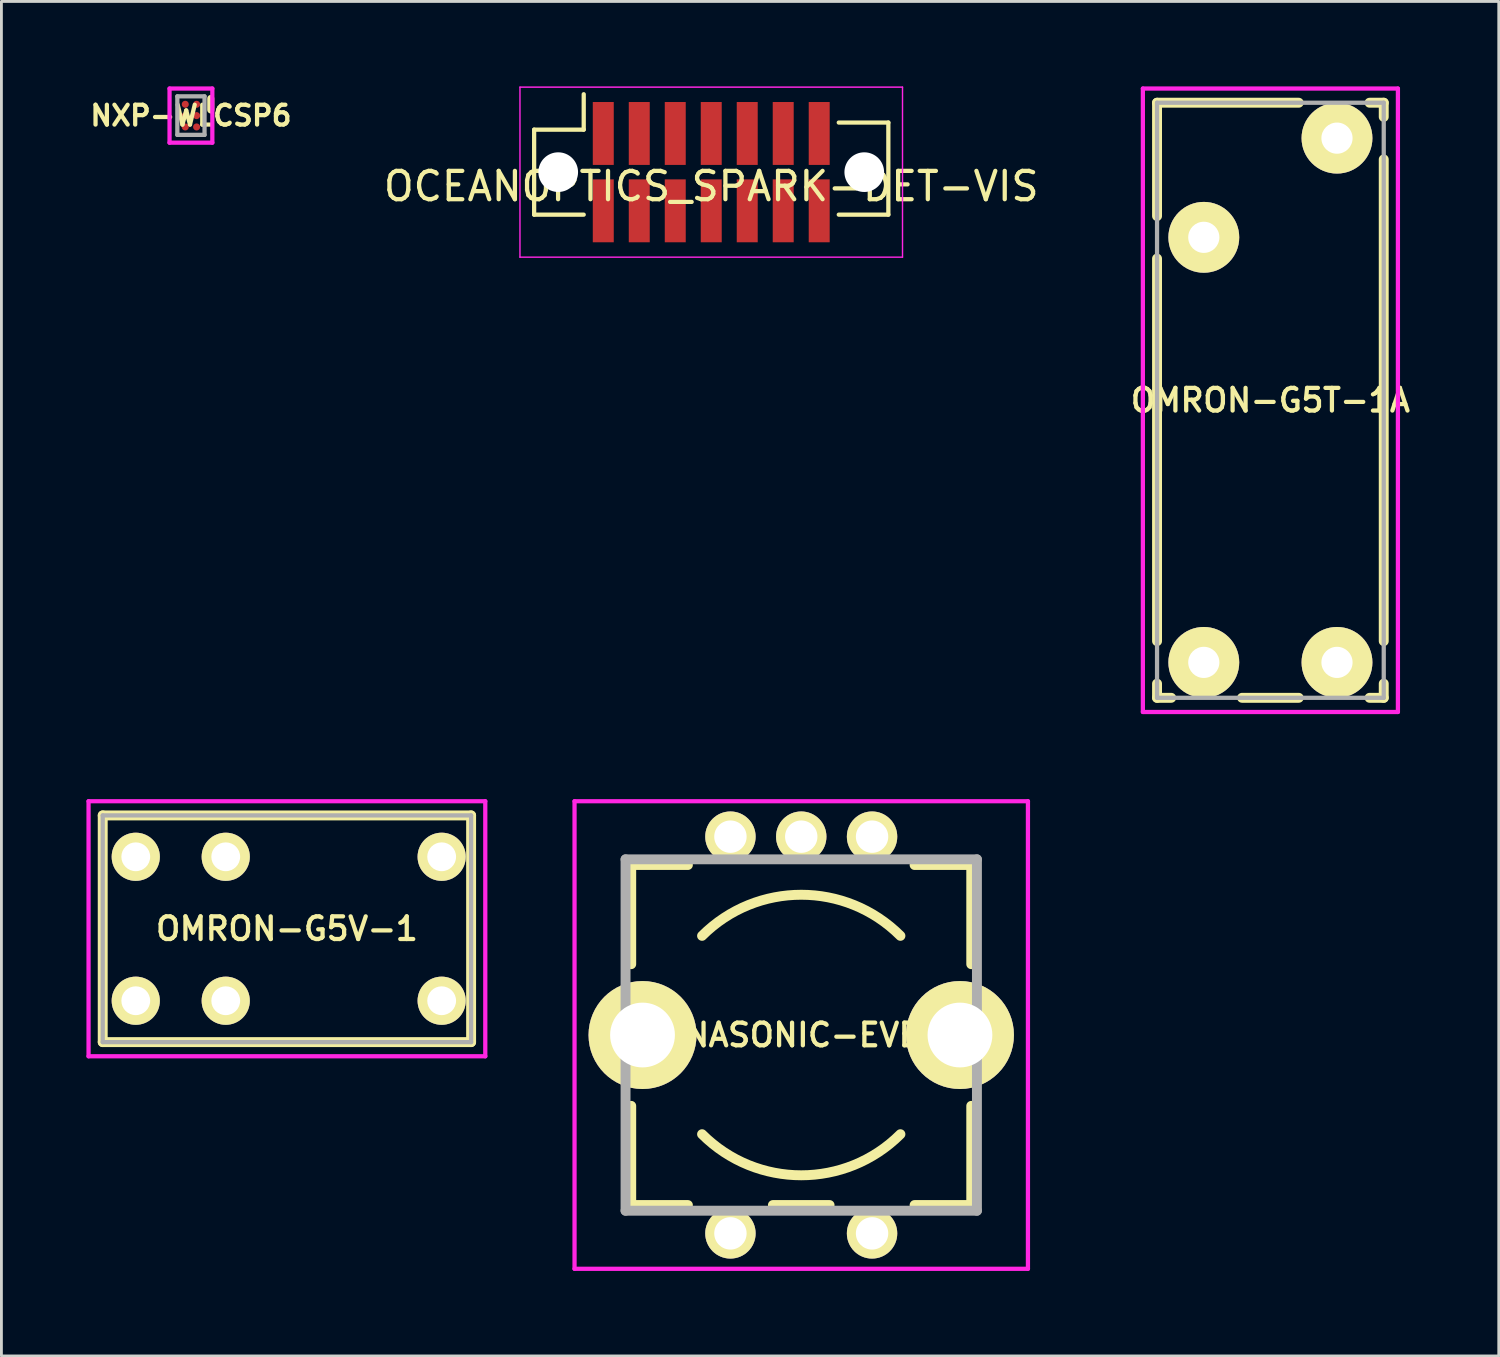
<source format=kicad_pcb>
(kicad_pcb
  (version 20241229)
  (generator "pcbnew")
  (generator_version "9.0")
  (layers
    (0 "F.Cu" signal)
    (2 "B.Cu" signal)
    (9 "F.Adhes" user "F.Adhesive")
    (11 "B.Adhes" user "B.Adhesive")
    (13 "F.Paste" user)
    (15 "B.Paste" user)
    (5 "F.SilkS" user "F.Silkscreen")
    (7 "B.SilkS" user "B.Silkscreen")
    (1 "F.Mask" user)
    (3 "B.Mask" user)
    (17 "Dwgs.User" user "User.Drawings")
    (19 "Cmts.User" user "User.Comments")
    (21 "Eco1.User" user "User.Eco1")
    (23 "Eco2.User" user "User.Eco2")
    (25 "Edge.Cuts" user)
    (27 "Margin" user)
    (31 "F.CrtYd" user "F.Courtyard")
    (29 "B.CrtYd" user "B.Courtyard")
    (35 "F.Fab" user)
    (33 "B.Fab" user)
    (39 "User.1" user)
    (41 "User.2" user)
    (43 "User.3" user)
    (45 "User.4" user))
  (footprint "OMRON-G5T-1A"
    (layer "F.Cu")
    (at 41.781 11.075)
    (property "Reference" "OMRON-G5T-1A" (at 0 0 0) (layer "F.SilkS") (effects (font (size 0.8 0.8) (thickness 0.15))))
    (attr through_hole)
    (fp_line (start -4 -10.5) (end 1 -10.5) (stroke (width 0.35) (type solid)) (layer "F.SilkS"))
    (fp_line (start -4 -6.5) (end -4 -10.5) (stroke (width 0.35) (type solid)) (layer "F.SilkS"))
    (fp_line (start -4 8.5) (end -4 -5) (stroke (width 0.35) (type solid)) (layer "F.SilkS"))
    (fp_line (start -4 10.5) (end -4 10) (stroke (width 0.35) (type solid)) (layer "F.SilkS"))
    (fp_line (start -3.5 10.5) (end -4 10.5) (stroke (width 0.35) (type solid)) (layer "F.SilkS"))
    (fp_line (start 1 10.5) (end -1 10.5) (stroke (width 0.35) (type solid)) (layer "F.SilkS"))
    (fp_line (start 3.5 -10.5) (end 4 -10.5) (stroke (width 0.35) (type solid)) (layer "F.SilkS"))
    (fp_line (start 4 -10.5) (end 4 -10) (stroke (width 0.35) (type solid)) (layer "F.SilkS"))
    (fp_line (start 4 -8.5) (end 4 8.5) (stroke (width 0.35) (type solid)) (layer "F.SilkS"))
    (fp_line (start 4 10) (end 4 10.5) (stroke (width 0.35) (type solid)) (layer "F.SilkS"))
    (fp_line (start 4 10.5) (end 3.5 10.5) (stroke (width 0.35) (type solid)) (layer "F.SilkS"))
    (fp_line (start -4.5 -11) (end 4.5 -11) (stroke (width 0.15) (type solid)) (layer "F.CrtYd"))
    (fp_line (start -4.5 11) (end -4.5 -11) (stroke (width 0.15) (type solid)) (layer "F.CrtYd"))
    (fp_line (start 4.5 -11) (end 4.5 11) (stroke (width 0.15) (type solid)) (layer "F.CrtYd"))
    (fp_line (start 4.5 11) (end -4.5 11) (stroke (width 0.15) (type solid)) (layer "F.CrtYd"))
    (fp_line (start -4 -10.5) (end 4 -10.5) (stroke (width 0.15) (type solid)) (layer "F.Fab"))
    (fp_line (start -4 10.5) (end -4 -10.5) (stroke (width 0.15) (type solid)) (layer "F.Fab"))
    (fp_line (start 4 -10.5) (end 4 10.5) (stroke (width 0.15) (type solid)) (layer "F.Fab"))
    (fp_line (start 4 10.5) (end -4 10.5) (stroke (width 0.15) (type solid)) (layer "F.Fab"))
    (pad "C1" thru_hole circle (at -2.35 9.25) (size 2.5 2.5) (drill 1.1) (layers "*.Cu" "*.Mask" "F.SilkS"))
    (pad "C2" thru_hole circle (at 2.35 9.25) (size 2.5 2.5) (drill 1.1) (layers "*.Cu" "*.Mask" "F.SilkS"))
    (pad "P1A" thru_hole circle (at 2.35 -9.25) (size 2.5 2.5) (drill 1.1) (layers "*.Cu" "*.Mask" "F.SilkS"))
    (pad "P1B" thru_hole circle (at -2.35 -5.75) (size 2.5 2.5) (drill 1.1) (layers "*.Cu" "*.Mask" "F.SilkS")))
  (footprint "NXP-WLCSP6"
    (layer "F.Cu")
    (at 3.688 1.03)
    (property "Reference" "NXP-WLCSP6" (at 0 0 0) (layer "F.SilkS") (effects (font (size 0.7 0.7) (thickness 0.15))))
    (attr smd)
    (fp_line (start 0.7 -0.605) (end 0.7 -0.2) (stroke (width 0.25) (type solid)) (layer "F.SilkS"))
    (fp_line (start -0.755 -0.955) (end 0.755 -0.955) (stroke (width 0.15) (type solid)) (layer "F.CrtYd"))
    (fp_line (start -0.755 0.955) (end -0.755 -0.955) (stroke (width 0.15) (type solid)) (layer "F.CrtYd"))
    (fp_line (start 0.755 -0.955) (end 0.755 0.955) (stroke (width 0.15) (type solid)) (layer "F.CrtYd"))
    (fp_line (start 0.755 0.955) (end -0.755 0.955) (stroke (width 0.15) (type solid)) (layer "F.CrtYd"))
    (fp_line (start -0.48 -0.68) (end 0.48 -0.68) (stroke (width 0.15) (type solid)) (layer "F.Fab"))
    (fp_line (start -0.48 0.68) (end -0.48 -0.68) (stroke (width 0.15) (type solid)) (layer "F.Fab"))
    (fp_line (start 0.48 -0.68) (end 0.48 0.68) (stroke (width 0.15) (type solid)) (layer "F.Fab"))
    (fp_line (start 0.48 0.68) (end -0.48 0.68) (stroke (width 0.15) (type solid)) (layer "F.Fab"))
    (pad "A1" smd circle (at 0.2 -0.4) (size 0.25 0.25) (layers "F.Cu" "F.Mask" "F.Paste"))
    (pad "A2" smd circle (at -0.2 -0.4) (size 0.25 0.25) (layers "F.Cu" "F.Mask" "F.Paste"))
    (pad "B1" smd circle (at 0.2 0) (size 0.25 0.25) (layers "F.Cu" "F.Mask" "F.Paste"))
    (pad "B2" smd circle (at -0.2 0) (size 0.25 0.25) (layers "F.Cu" "F.Mask" "F.Paste"))
    (pad "C1" smd circle (at 0.2 0.4) (size 0.25 0.25) (layers "F.Cu" "F.Mask" "F.Paste"))
    (pad "C2" smd circle (at -0.2 0.4) (size 0.25 0.25) (layers "F.Cu" "F.Mask" "F.Paste")))
  (footprint "OCEANOPTICS_SPARK-DET-VIS"
    (layer "F.Cu")
    (at 22.049 3.025)
    (property "Reference" "OCEANOPTICS_SPARK-DET-VIS" (at 0 0.5 0) (layer "F.SilkS") (effects (font (size 1 1) (thickness 0.15))))
    (attr through_hole)
    (fp_line (start -6.25 -1.5) (end -6.25 1.5) (stroke (width 0.15) (type solid)) (layer "F.SilkS"))
    (fp_line (start -6.25 -1.5) (end -4.5 -1.5) (stroke (width 0.15) (type solid)) (layer "F.SilkS"))
    (fp_line (start -6.25 1.5) (end -4.5 1.5) (stroke (width 0.15) (type solid)) (layer "F.SilkS"))
    (fp_line (start -4.5 -1.5) (end -4.5 -2.75) (stroke (width 0.15) (type solid)) (layer "F.SilkS"))
    (fp_line (start 4.5 -1.75) (end 6.25 -1.75) (stroke (width 0.15) (type solid)) (layer "F.SilkS"))
    (fp_line (start 6.25 -1.75) (end 6.25 1.5) (stroke (width 0.15) (type solid)) (layer "F.SilkS"))
    (fp_line (start 6.25 1.5) (end 4.5 1.5) (stroke (width 0.15) (type solid)) (layer "F.SilkS"))
    (fp_line (start -6.75 -3) (end 6.75 -3) (stroke (width 0.05) (type solid)) (layer "F.CrtYd"))
    (fp_line (start -6.75 3) (end -6.75 -3) (stroke (width 0.05) (type solid)) (layer "F.CrtYd"))
    (fp_line (start 6.75 -3) (end 6.75 3) (stroke (width 0.05) (type solid)) (layer "F.CrtYd"))
    (fp_line (start 6.75 3) (end -6.75 3) (stroke (width 0.05) (type solid)) (layer "F.CrtYd"))
    (pad "" np_thru_hole circle (at -5.4 0) (size 1.4 1.4) (drill 1.4) (layers "*.Cu" "*.Mask"))
    (pad "" np_thru_hole circle (at 5.4 0) (size 1.4 1.4) (drill 1.4) (layers "*.Cu" "*.Mask"))
    (pad "1" smd rect (at -3.81 -1.365) (size 0.74 2.22) (layers "F.Cu" "F.Mask" "F.Paste"))
    (pad "2" smd rect (at -3.81 1.365) (size 0.74 2.22) (layers "F.Cu" "F.Mask" "F.Paste"))
    (pad "3" smd rect (at -2.54 -1.365) (size 0.74 2.22) (layers "F.Cu" "F.Mask" "F.Paste"))
    (pad "4" smd rect (at -2.54 1.365) (size 0.74 2.22) (layers "F.Cu" "F.Mask" "F.Paste"))
    (pad "5" smd rect (at -1.27 -1.365) (size 0.74 2.22) (layers "F.Cu" "F.Mask" "F.Paste"))
    (pad "6" smd rect (at -1.27 1.365) (size 0.74 2.22) (layers "F.Cu" "F.Mask" "F.Paste"))
    (pad "7" smd rect (at 0 -1.365) (size 0.74 2.22) (layers "F.Cu" "F.Mask" "F.Paste"))
    (pad "8" smd rect (at 0 1.365) (size 0.74 2.22) (layers "F.Cu" "F.Mask" "F.Paste"))
    (pad "9" smd rect (at 1.27 -1.365) (size 0.74 2.22) (layers "F.Cu" "F.Mask" "F.Paste"))
    (pad "10" smd rect (at 1.27 1.365) (size 0.74 2.22) (layers "F.Cu" "F.Mask" "F.Paste"))
    (pad "11" smd rect (at 2.54 -1.365) (size 0.74 2.22) (layers "F.Cu" "F.Mask" "F.Paste"))
    (pad "12" smd rect (at 2.54 1.365) (size 0.74 2.22) (layers "F.Cu" "F.Mask" "F.Paste"))
    (pad "13" smd rect (at 3.81 -1.365) (size 0.74 2.22) (layers "F.Cu" "F.Mask" "F.Paste"))
    (pad "14" smd rect (at 3.81 1.365) (size 0.74 2.22) (layers "F.Cu" "F.Mask" "F.Paste")))
  (footprint "PANASONIC-EVEJB"
    (layer "F.Cu")
    (at 25.225 33.475)
    (property "Reference" "PANASONIC-EVEJB" (at 0 0 0) (layer "F.SilkS") (effects (font (size 0.8 0.8) (thickness 0.15))))
    (attr through_hole)
    (fp_line (start -6 -6) (end -6 -2.5) (stroke (width 0.35) (type solid)) (layer "F.SilkS"))
    (fp_line (start -6 2.5) (end -6 6) (stroke (width 0.35) (type solid)) (layer "F.SilkS"))
    (fp_line (start -6 6) (end -4 6) (stroke (width 0.35) (type solid)) (layer "F.SilkS"))
    (fp_line (start -4 -6) (end -6 -6) (stroke (width 0.35) (type solid)) (layer "F.SilkS"))
    (fp_line (start -1 6) (end 1 6) (stroke (width 0.35) (type solid)) (layer "F.SilkS"))
    (fp_line (start 4 6) (end 6 6) (stroke (width 0.35) (type solid)) (layer "F.SilkS"))
    (fp_line (start 6 -6) (end 4 -6) (stroke (width 0.35) (type solid)) (layer "F.SilkS"))
    (fp_line (start 6 -2.5) (end 6 -6) (stroke (width 0.35) (type solid)) (layer "F.SilkS"))
    (fp_line (start 6 6) (end 6 2.5) (stroke (width 0.35) (type solid)) (layer "F.SilkS"))
    (fp_arc (start -3.5 -3.5) (mid 0 -4.949747) (end 3.5 -3.5) (stroke (width 0.35) (type solid)) (layer "F.SilkS"))
    (fp_arc (start 3.5 3.5) (mid 0 4.949747) (end -3.5 3.5) (stroke (width 0.35) (type solid)) (layer "F.SilkS"))
    (fp_line (start -8 -8.25) (end 8 -8.25) (stroke (width 0.15) (type solid)) (layer "F.CrtYd"))
    (fp_line (start -8 8.25) (end -8 -8.25) (stroke (width 0.15) (type solid)) (layer "F.CrtYd"))
    (fp_line (start 8 -8.25) (end 8 8.25) (stroke (width 0.15) (type solid)) (layer "F.CrtYd"))
    (fp_line (start 8 8.25) (end -8 8.25) (stroke (width 0.15) (type solid)) (layer "F.CrtYd"))
    (fp_line (start -6.2 -6.2) (end 6.2 -6.2) (stroke (width 0.35) (type solid)) (layer "F.Fab"))
    (fp_line (start -6.2 6.2) (end -6.2 -6.2) (stroke (width 0.35) (type solid)) (layer "F.Fab"))
    (fp_line (start 6.2 -6.2) (end 6.2 6.2) (stroke (width 0.35) (type solid)) (layer "F.Fab"))
    (fp_line (start 6.2 6.2) (end -6.2 6.2) (stroke (width 0.35) (type solid)) (layer "F.Fab"))
    (pad "" np_thru_hole circle (at -5.601 0) (size 3.81 3.81) (drill 2.286) (layers "*.Cu" "*.Mask" "F.SilkS"))
    (pad "" np_thru_hole circle (at 5.601 0) (size 3.81 3.81) (drill 2.286) (layers "*.Cu" "*.Mask" "F.SilkS"))
    (pad "1" thru_hole circle (at -2.499 -7) (size 1.778 1.778) (drill 1.143) (layers "*.Cu" "*.Mask" "F.SilkS"))
    (pad "2" thru_hole circle (at 0 -7) (size 1.778 1.778) (drill 1.143) (layers "*.Cu" "*.Mask" "F.SilkS"))
    (pad "3" thru_hole circle (at 2.499 -7) (size 1.778 1.778) (drill 1.143) (layers "*.Cu" "*.Mask" "F.SilkS"))
    (pad "4" thru_hole circle (at -2.499 7) (size 1.778 1.778) (drill 1.143) (layers "*.Cu" "*.Mask" "F.SilkS"))
    (pad "5" thru_hole circle (at 2.499 7) (size 1.778 1.778) (drill 1.143) (layers "*.Cu" "*.Mask" "F.SilkS")))
  (footprint "OMRON-G5V-1"
    (layer "F.Cu")
    (at 7.075 29.725)
    (property "Reference" "OMRON-G5V-1" (at 0 0 0) (layer "F.SilkS") (effects (font (size 0.8 0.8) (thickness 0.15))))
    (attr through_hole)
    (fp_line (start -6.5 -4) (end -6.5 4) (stroke (width 0.35) (type solid)) (layer "F.SilkS"))
    (fp_line (start -6.5 4) (end 6.5 4) (stroke (width 0.35) (type solid)) (layer "F.SilkS"))
    (fp_line (start 6.5 -4) (end -6.5 -4) (stroke (width 0.35) (type solid)) (layer "F.SilkS"))
    (fp_line (start 6.5 4) (end 6.5 -4) (stroke (width 0.35) (type solid)) (layer "F.SilkS"))
    (fp_line (start -7 -4.5) (end 7 -4.5) (stroke (width 0.15) (type solid)) (layer "F.CrtYd"))
    (fp_line (start -7 4.5) (end -7 -4.5) (stroke (width 0.15) (type solid)) (layer "F.CrtYd"))
    (fp_line (start 7 -4.5) (end 7 4.5) (stroke (width 0.15) (type solid)) (layer "F.CrtYd"))
    (fp_line (start 7 4.5) (end -7 4.5) (stroke (width 0.15) (type solid)) (layer "F.CrtYd"))
    (fp_line (start -6.5 -4) (end 6.5 -4) (stroke (width 0.15) (type solid)) (layer "F.Fab"))
    (fp_line (start -6.5 4) (end -6.5 -4) (stroke (width 0.15) (type solid)) (layer "F.Fab"))
    (fp_line (start 6.5 -4) (end 6.5 4) (stroke (width 0.15) (type solid)) (layer "F.Fab"))
    (fp_line (start 6.5 4) (end -6.5 4) (stroke (width 0.15) (type solid)) (layer "F.Fab"))
    (pad "1" thru_hole circle (at -5.334 2.54) (size 1.7 1.7) (drill 1.016) (layers "*.Cu" "*.Mask" "F.SilkS"))
    (pad "2" thru_hole circle (at 5.461 -2.54) (size 1.7 1.7) (drill 1.016) (layers "*.Cu" "*.Mask" "F.SilkS"))
    (pad "2" thru_hole circle (at 5.461 2.54) (size 1.7 1.7) (drill 1.016) (layers "*.Cu" "*.Mask" "F.SilkS"))
    (pad "3" thru_hole circle (at -5.334 -2.54) (size 1.7 1.7) (drill 1.016) (layers "*.Cu" "*.Mask" "F.SilkS"))
    (pad "4" thru_hole circle (at -2.159 -2.54) (size 1.7 1.7) (drill 1.016) (layers "*.Cu" "*.Mask" "F.SilkS"))
    (pad "5" thru_hole circle (at -2.159 2.54) (size 1.7 1.7) (drill 1.016) (layers "*.Cu" "*.Mask" "F.SilkS")))
  (gr_rect
    (start -3 -3)
    (end 49.84 44.8)
    (stroke (width 0.1) (type default))
    (fill no)
    (layer "Edge.Cuts")))
</source>
